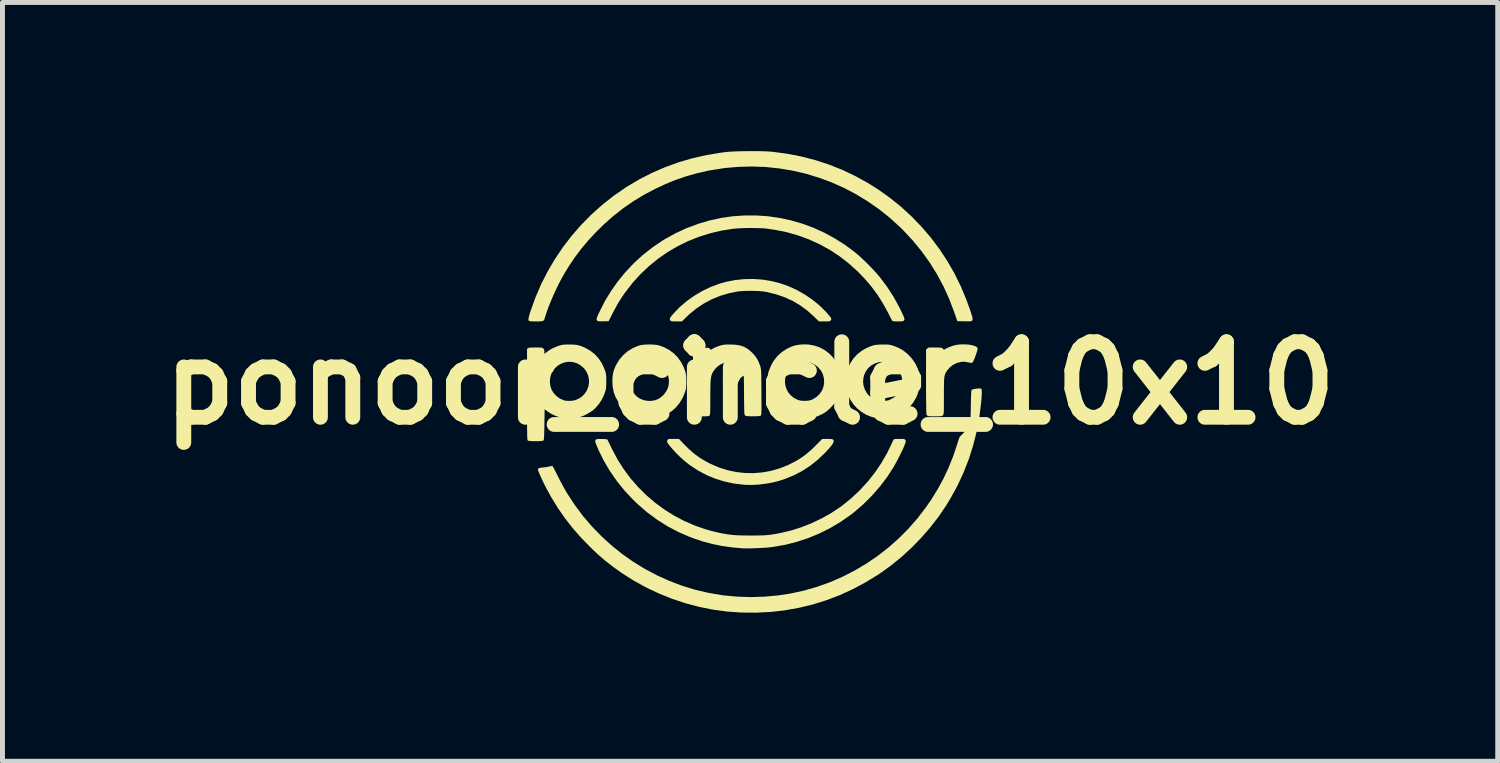
<source format=kicad_pcb>
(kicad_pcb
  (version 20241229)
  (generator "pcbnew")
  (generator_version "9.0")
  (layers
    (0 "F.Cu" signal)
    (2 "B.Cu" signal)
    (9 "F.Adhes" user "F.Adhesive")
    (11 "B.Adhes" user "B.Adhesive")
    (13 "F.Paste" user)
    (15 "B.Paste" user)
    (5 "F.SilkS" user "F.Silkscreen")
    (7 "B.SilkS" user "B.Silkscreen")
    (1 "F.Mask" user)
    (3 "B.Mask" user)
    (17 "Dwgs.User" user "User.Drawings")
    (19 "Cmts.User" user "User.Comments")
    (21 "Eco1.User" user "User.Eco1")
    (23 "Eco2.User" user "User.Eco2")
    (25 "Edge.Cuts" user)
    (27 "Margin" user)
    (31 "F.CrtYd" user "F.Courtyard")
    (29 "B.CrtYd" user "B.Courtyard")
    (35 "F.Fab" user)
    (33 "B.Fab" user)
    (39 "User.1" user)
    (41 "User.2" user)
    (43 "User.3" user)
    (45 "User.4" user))
  (footprint "ponoor_circle_10x10"
    (layer "F.Cu")
    (at 12.09 4.683)
    (property "Reference" "ponoor_circle_10x10" (at 0 0 0) (layer "F.SilkS") (effects (font (size 1.524 1.524) (thickness 0.3))))
    (attr board_only exclude_from_pos_files exclude_from_bom)
    (fp_poly (pts (xy 0.26 -2.088) (xy 0.424 -2.061) (xy 0.599 -2.017) (xy 0.772 -1.957) (xy 0.94 -1.881) (xy 1.101 -1.791) (xy 1.253 -1.688) (xy 1.394 -1.574) (xy 1.521 -1.45) (xy 1.559 -1.407) (xy 1.594 -1.366) (xy 1.618 -1.337) (xy 1.633 -1.315) (xy 1.639 -1.299) (xy 1.638 -1.285) (xy 1.631 -1.272) (xy 1.629 -1.269) (xy 1.622 -1.259) (xy 1.614 -1.253) (xy 1.601 -1.249) (xy 1.579 -1.246) (xy 1.545 -1.246) (xy 1.502 -1.246) (xy 1.39 -1.246) (xy 1.288 -1.345) (xy 1.152 -1.466) (xy 1.009 -1.571) (xy 0.858 -1.66) (xy 0.698 -1.733) (xy 0.527 -1.792) (xy 0.346 -1.837) (xy 0.318 -1.842) (xy 0.266 -1.85) (xy 0.199 -1.856) (xy 0.123 -1.86) (xy 0.042 -1.862) (xy -0.04 -1.862) (xy -0.117 -1.86) (xy -0.186 -1.856) (xy -0.24 -1.851) (xy -0.423 -1.815) (xy -0.6 -1.763) (xy -0.769 -1.694) (xy -0.93 -1.609) (xy -1.081 -1.509) (xy -1.222 -1.394) (xy -1.297 -1.323) (xy -1.374 -1.246) (xy -1.484 -1.246) (xy -1.531 -1.246) (xy -1.564 -1.247) (xy -1.585 -1.25) (xy -1.599 -1.255) (xy -1.608 -1.262) (xy -1.61 -1.264) (xy -1.619 -1.278) (xy -1.621 -1.295) (xy -1.613 -1.315) (xy -1.596 -1.343) (xy -1.567 -1.379) (xy -1.543 -1.407) (xy -1.417 -1.538) (xy -1.277 -1.657) (xy -1.125 -1.765) (xy -0.963 -1.86) (xy -0.794 -1.941) (xy -0.618 -2.007) (xy -0.49 -2.043) (xy -0.308 -2.079) (xy -0.12 -2.099) (xy 0.07 -2.102)) (stroke (width 0) (type solid)) (fill yes) (layer "F.SilkS"))
    (fp_poly (pts (xy -1.331 1.236) (xy -1.227 1.339) (xy -1.123 1.429) (xy -1.015 1.507) (xy -0.899 1.577) (xy -0.798 1.63) (xy -0.63 1.702) (xy -0.458 1.757) (xy -0.283 1.794) (xy -0.106 1.814) (xy 0.072 1.817) (xy 0.249 1.802) (xy 0.424 1.77) (xy 0.597 1.721) (xy 0.764 1.655) (xy 0.927 1.572) (xy 0.979 1.541) (xy 1.059 1.488) (xy 1.134 1.433) (xy 1.208 1.37) (xy 1.286 1.298) (xy 1.33 1.253) (xy 1.457 1.126) (xy 1.555 1.126) (xy 1.608 1.126) (xy 1.645 1.13) (xy 1.669 1.136) (xy 1.682 1.147) (xy 1.688 1.163) (xy 1.688 1.173) (xy 1.682 1.197) (xy 1.664 1.23) (xy 1.634 1.272) (xy 1.59 1.324) (xy 1.532 1.387) (xy 1.509 1.411) (xy 1.366 1.547) (xy 1.215 1.667) (xy 1.056 1.771) (xy 0.887 1.859) (xy 0.708 1.933) (xy 0.581 1.974) (xy 0.456 2.006) (xy 0.322 2.03) (xy 0.184 2.047) (xy 0.048 2.055) (xy -0.08 2.054) (xy -0.125 2.051) (xy -0.327 2.027) (xy -0.52 1.985) (xy -0.706 1.928) (xy -0.883 1.854) (xy -1.052 1.763) (xy -1.215 1.656) (xy -1.299 1.591) (xy -1.362 1.537) (xy -1.431 1.473) (xy -1.498 1.406) (xy -1.56 1.339) (xy -1.605 1.286) (xy -1.638 1.245) (xy -1.66 1.214) (xy -1.672 1.192) (xy -1.676 1.176) (xy -1.673 1.161) (xy -1.666 1.149) (xy -1.659 1.139) (xy -1.65 1.132) (xy -1.637 1.128) (xy -1.614 1.126) (xy -1.58 1.126) (xy -1.544 1.126) (xy -1.436 1.126)) (stroke (width 0) (type solid)) (fill yes) (layer "F.SilkS"))
    (fp_poly (pts (xy 1.184 -0.779) (xy 1.296 -0.758) (xy 1.403 -0.722) (xy 1.502 -0.669) (xy 1.591 -0.603) (xy 1.67 -0.522) (xy 1.738 -0.428) (xy 1.777 -0.355) (xy 1.819 -0.244) (xy 1.844 -0.131) (xy 1.85 -0.016) (xy 1.839 0.098) (xy 1.809 0.21) (xy 1.762 0.32) (xy 1.75 0.341) (xy 1.713 0.398) (xy 1.663 0.457) (xy 1.607 0.515) (xy 1.548 0.567) (xy 1.491 0.606) (xy 1.487 0.609) (xy 1.381 0.661) (xy 1.269 0.697) (xy 1.155 0.715) (xy 1.04 0.715) (xy 0.992 0.709) (xy 0.879 0.684) (xy 0.773 0.642) (xy 0.675 0.584) (xy 0.587 0.513) (xy 0.51 0.428) (xy 0.446 0.332) (xy 0.429 0.3) (xy 0.402 0.241) (xy 0.382 0.188) (xy 0.368 0.138) (xy 0.36 0.085) (xy 0.356 0.022) (xy 0.356 -0.029) (xy 0.704 -0.029) (xy 0.712 0.046) (xy 0.734 0.118) (xy 0.77 0.185) (xy 0.818 0.245) (xy 0.879 0.295) (xy 0.952 0.333) (xy 0.978 0.343) (xy 1.014 0.352) (xy 1.054 0.357) (xy 1.105 0.358) (xy 1.116 0.357) (xy 1.162 0.355) (xy 1.195 0.351) (xy 1.225 0.343) (xy 1.256 0.33) (xy 1.267 0.325) (xy 1.336 0.283) (xy 1.397 0.227) (xy 1.445 0.16) (xy 1.46 0.132) (xy 1.485 0.058) (xy 1.495 -0.02) (xy 1.49 -0.1) (xy 1.47 -0.176) (xy 1.436 -0.245) (xy 1.43 -0.253) (xy 1.376 -0.318) (xy 1.312 -0.368) (xy 1.241 -0.404) (xy 1.166 -0.425) (xy 1.089 -0.431) (xy 1.012 -0.421) (xy 0.937 -0.396) (xy 0.867 -0.354) (xy 0.821 -0.314) (xy 0.768 -0.25) (xy 0.731 -0.179) (xy 0.71 -0.105) (xy 0.704 -0.029) (xy 0.356 -0.029) (xy 0.355 -0.037) (xy 0.356 -0.093) (xy 0.357 -0.136) (xy 0.36 -0.17) (xy 0.366 -0.2) (xy 0.374 -0.23) (xy 0.377 -0.24) (xy 0.422 -0.354) (xy 0.481 -0.457) (xy 0.553 -0.547) (xy 0.639 -0.625) (xy 0.738 -0.69) (xy 0.785 -0.714) (xy 0.851 -0.743) (xy 0.914 -0.762) (xy 0.981 -0.774) (xy 1.058 -0.781) (xy 1.066 -0.782)) (stroke (width 0) (type solid)) (fill yes) (layer "F.SilkS"))
    (fp_poly (pts (xy 2.739 -0.779) (xy 2.779 -0.778) (xy 2.81 -0.775) (xy 2.838 -0.77) (xy 2.867 -0.762) (xy 2.902 -0.75) (xy 2.906 -0.749) (xy 3.004 -0.709) (xy 3.09 -0.659) (xy 3.17 -0.596) (xy 3.19 -0.578) (xy 3.27 -0.491) (xy 3.334 -0.398) (xy 3.38 -0.297) (xy 3.411 -0.188) (xy 3.423 -0.114) (xy 3.427 0.001) (xy 3.412 0.115) (xy 3.38 0.227) (xy 3.348 0.3) (xy 3.29 0.397) (xy 3.218 0.484) (xy 3.133 0.56) (xy 3.039 0.622) (xy 2.936 0.67) (xy 2.866 0.692) (xy 2.802 0.704) (xy 2.73 0.712) (xy 2.659 0.715) (xy 2.594 0.713) (xy 2.57 0.71) (xy 2.455 0.683) (xy 2.347 0.64) (xy 2.249 0.581) (xy 2.16 0.509) (xy 2.083 0.424) (xy 2.02 0.328) (xy 1.97 0.221) (xy 1.956 0.18) (xy 1.942 0.121) (xy 1.933 0.05) (xy 1.929 -0.026) (xy 1.929 -0.026) (xy 2.281 -0.026) (xy 2.29 0.051) (xy 2.315 0.127) (xy 2.355 0.199) (xy 2.372 0.222) (xy 2.41 0.26) (xy 2.46 0.297) (xy 2.516 0.328) (xy 2.549 0.342) (xy 2.578 0.351) (xy 2.609 0.356) (xy 2.648 0.358) (xy 2.69 0.358) (xy 2.735 0.356) (xy 2.768 0.352) (xy 2.795 0.346) (xy 2.822 0.335) (xy 2.842 0.325) (xy 2.905 0.289) (xy 2.955 0.249) (xy 2.996 0.2) (xy 3.008 0.183) (xy 3.046 0.109) (xy 3.067 0.034) (xy 3.073 -0.041) (xy 3.064 -0.115) (xy 3.041 -0.185) (xy 3.007 -0.249) (xy 2.962 -0.307) (xy 2.908 -0.355) (xy 2.845 -0.393) (xy 2.775 -0.419) (xy 2.699 -0.43) (xy 2.618 -0.426) (xy 2.591 -0.421) (xy 2.512 -0.395) (xy 2.443 -0.355) (xy 2.385 -0.303) (xy 2.34 -0.243) (xy 2.306 -0.175) (xy 2.287 -0.102) (xy 2.281 -0.026) (xy 1.929 -0.026) (xy 1.931 -0.1) (xy 1.938 -0.168) (xy 1.942 -0.19) (xy 1.975 -0.302) (xy 2.025 -0.405) (xy 2.088 -0.5) (xy 2.165 -0.583) (xy 2.254 -0.653) (xy 2.337 -0.701) (xy 2.4 -0.73) (xy 2.453 -0.751) (xy 2.503 -0.766) (xy 2.556 -0.774) (xy 2.616 -0.778) (xy 2.685 -0.779)) (stroke (width 0) (type solid)) (fill yes) (layer "F.SilkS"))
    (fp_poly (pts (xy 4.404 -0.778) (xy 4.465 -0.769) (xy 4.516 -0.756) (xy 4.556 -0.74) (xy 4.583 -0.721) (xy 4.593 -0.702) (xy 4.591 -0.684) (xy 4.584 -0.653) (xy 4.572 -0.613) (xy 4.557 -0.569) (xy 4.54 -0.523) (xy 4.524 -0.482) (xy 4.509 -0.448) (xy 4.497 -0.425) (xy 4.493 -0.419) (xy 4.483 -0.412) (xy 4.472 -0.409) (xy 4.455 -0.409) (xy 4.428 -0.414) (xy 4.396 -0.42) (xy 4.351 -0.429) (xy 4.316 -0.432) (xy 4.283 -0.431) (xy 4.253 -0.427) (xy 4.169 -0.405) (xy 4.093 -0.367) (xy 4.027 -0.314) (xy 3.972 -0.247) (xy 3.969 -0.241) (xy 3.955 -0.219) (xy 3.944 -0.199) (xy 3.935 -0.177) (xy 3.928 -0.153) (xy 3.922 -0.124) (xy 3.918 -0.088) (xy 3.915 -0.044) (xy 3.914 0.011) (xy 3.913 0.079) (xy 3.912 0.16) (xy 3.912 0.259) (xy 3.912 0.264) (xy 3.912 0.355) (xy 3.912 0.43) (xy 3.911 0.49) (xy 3.911 0.537) (xy 3.91 0.573) (xy 3.908 0.599) (xy 3.906 0.617) (xy 3.903 0.63) (xy 3.9 0.639) (xy 3.895 0.646) (xy 3.894 0.647) (xy 3.886 0.656) (xy 3.877 0.662) (xy 3.863 0.666) (xy 3.841 0.668) (xy 3.807 0.67) (xy 3.759 0.671) (xy 3.744 0.671) (xy 3.695 0.671) (xy 3.651 0.67) (xy 3.617 0.668) (xy 3.595 0.666) (xy 3.592 0.665) (xy 3.571 0.65) (xy 3.562 0.638) (xy 3.56 0.625) (xy 3.558 0.596) (xy 3.556 0.55) (xy 3.555 0.488) (xy 3.554 0.408) (xy 3.553 0.31) (xy 3.552 0.195) (xy 3.552 0.061) (xy 3.552 -0.027) (xy 3.552 -0.674) (xy 3.575 -0.697) (xy 3.585 -0.706) (xy 3.595 -0.713) (xy 3.609 -0.717) (xy 3.629 -0.719) (xy 3.661 -0.719) (xy 3.705 -0.719) (xy 3.733 -0.719) (xy 3.786 -0.718) (xy 3.824 -0.717) (xy 3.849 -0.715) (xy 3.866 -0.712) (xy 3.878 -0.707) (xy 3.887 -0.699) (xy 3.891 -0.695) (xy 3.914 -0.673) (xy 3.953 -0.696) (xy 3.98 -0.71) (xy 4.018 -0.726) (xy 4.061 -0.742) (xy 4.079 -0.748) (xy 4.129 -0.764) (xy 4.174 -0.773) (xy 4.222 -0.779) (xy 4.267 -0.782) (xy 4.338 -0.782)) (stroke (width 0) (type solid)) (fill yes) (layer "F.SilkS"))
    (fp_poly (pts (xy -1.983 -0.779) (xy -1.919 -0.775) (xy -1.866 -0.768) (xy -1.845 -0.763) (xy -1.734 -0.724) (xy -1.632 -0.669) (xy -1.54 -0.6) (xy -1.459 -0.518) (xy -1.392 -0.424) (xy -1.339 -0.32) (xy -1.308 -0.233) (xy -1.299 -0.2) (xy -1.293 -0.169) (xy -1.29 -0.134) (xy -1.288 -0.092) (xy -1.288 -0.036) (xy -1.288 -0.028) (xy -1.288 0.027) (xy -1.29 0.068) (xy -1.293 0.1) (xy -1.298 0.129) (xy -1.306 0.159) (xy -1.318 0.194) (xy -1.362 0.301) (xy -1.422 0.399) (xy -1.494 0.487) (xy -1.578 0.563) (xy -1.673 0.625) (xy -1.775 0.672) (xy -1.843 0.693) (xy -1.898 0.704) (xy -1.962 0.711) (xy -2.027 0.715) (xy -2.088 0.715) (xy -2.138 0.711) (xy -2.255 0.683) (xy -2.363 0.639) (xy -2.464 0.579) (xy -2.555 0.503) (xy -2.584 0.472) (xy -2.657 0.382) (xy -2.713 0.287) (xy -2.751 0.187) (xy -2.773 0.079) (xy -2.78 -0.037) (xy -2.422 -0.037) (xy -2.422 0.01) (xy -2.42 0.044) (xy -2.416 0.07) (xy -2.409 0.093) (xy -2.399 0.118) (xy -2.393 0.131) (xy -2.348 0.205) (xy -2.292 0.266) (xy -2.225 0.313) (xy -2.149 0.344) (xy -2.067 0.358) (xy -2.038 0.36) (xy -1.995 0.358) (xy -1.951 0.352) (xy -1.918 0.345) (xy -1.856 0.321) (xy -1.801 0.287) (xy -1.748 0.239) (xy -1.744 0.235) (xy -1.694 0.169) (xy -1.659 0.099) (xy -1.641 0.025) (xy -1.637 -0.05) (xy -1.647 -0.124) (xy -1.671 -0.194) (xy -1.707 -0.259) (xy -1.756 -0.317) (xy -1.816 -0.365) (xy -1.887 -0.402) (xy -1.967 -0.425) (xy -2.047 -0.431) (xy -2.125 -0.419) (xy -2.199 -0.392) (xy -2.268 -0.351) (xy -2.328 -0.296) (xy -2.377 -0.23) (xy -2.391 -0.205) (xy -2.404 -0.177) (xy -2.413 -0.154) (xy -2.418 -0.132) (xy -2.421 -0.104) (xy -2.422 -0.066) (xy -2.422 -0.037) (xy -2.78 -0.037) (xy -2.776 -0.124) (xy -2.766 -0.199) (xy -2.746 -0.269) (xy -2.717 -0.341) (xy -2.699 -0.376) (xy -2.638 -0.476) (xy -2.562 -0.564) (xy -2.475 -0.64) (xy -2.377 -0.702) (xy -2.27 -0.748) (xy -2.224 -0.763) (xy -2.177 -0.772) (xy -2.117 -0.777) (xy -2.051 -0.78)) (stroke (width 0) (type solid)) (fill yes) (layer "F.SilkS"))
    (fp_poly (pts (xy 0.126 -3.384) (xy 0.362 -3.368) (xy 0.597 -3.334) (xy 0.829 -3.284) (xy 1.059 -3.217) (xy 1.283 -3.134) (xy 1.503 -3.034) (xy 1.717 -2.917) (xy 1.924 -2.785) (xy 2.112 -2.645) (xy 2.179 -2.588) (xy 2.254 -2.521) (xy 2.333 -2.446) (xy 2.412 -2.367) (xy 2.488 -2.288) (xy 2.558 -2.211) (xy 2.617 -2.142) (xy 2.627 -2.129) (xy 2.77 -1.938) (xy 2.897 -1.74) (xy 3.011 -1.533) (xy 3.041 -1.473) (xy 3.069 -1.413) (xy 3.09 -1.367) (xy 3.105 -1.333) (xy 3.113 -1.308) (xy 3.116 -1.29) (xy 3.114 -1.278) (xy 3.108 -1.267) (xy 3.104 -1.264) (xy 3.095 -1.256) (xy 3.082 -1.25) (xy 3.062 -1.247) (xy 3.03 -1.246) (xy 2.984 -1.246) (xy 2.931 -1.246) (xy 2.895 -1.249) (xy 2.875 -1.254) (xy 2.871 -1.257) (xy 2.864 -1.269) (xy 2.85 -1.294) (xy 2.831 -1.33) (xy 2.808 -1.374) (xy 2.785 -1.421) (xy 2.681 -1.61) (xy 2.57 -1.785) (xy 2.448 -1.95) (xy 2.312 -2.109) (xy 2.179 -2.247) (xy 2 -2.409) (xy 1.812 -2.556) (xy 1.615 -2.686) (xy 1.409 -2.8) (xy 1.195 -2.898) (xy 0.972 -2.98) (xy 0.741 -3.046) (xy 0.501 -3.094) (xy 0.323 -3.12) (xy 0.262 -3.125) (xy 0.186 -3.128) (xy 0.101 -3.13) (xy 0.011 -3.131) (xy -0.081 -3.13) (xy -0.17 -3.127) (xy -0.252 -3.123) (xy -0.322 -3.117) (xy -0.341 -3.115) (xy -0.579 -3.078) (xy -0.811 -3.023) (xy -1.037 -2.952) (xy -1.256 -2.864) (xy -1.466 -2.761) (xy -1.668 -2.642) (xy -1.861 -2.508) (xy -2.043 -2.359) (xy -2.214 -2.197) (xy -2.374 -2.021) (xy -2.52 -1.831) (xy -2.536 -1.81) (xy -2.581 -1.744) (xy -2.622 -1.682) (xy -2.66 -1.62) (xy -2.698 -1.553) (xy -2.739 -1.476) (xy -2.773 -1.412) (xy -2.856 -1.25) (xy -2.963 -1.248) (xy -3.011 -1.247) (xy -3.044 -1.248) (xy -3.066 -1.25) (xy -3.079 -1.255) (xy -3.085 -1.26) (xy -3.094 -1.271) (xy -3.098 -1.285) (xy -3.096 -1.303) (xy -3.088 -1.329) (xy -3.074 -1.366) (xy -3.051 -1.416) (xy -3.049 -1.42) (xy -2.939 -1.639) (xy -2.812 -1.85) (xy -2.671 -2.051) (xy -2.516 -2.241) (xy -2.347 -2.42) (xy -2.165 -2.586) (xy -1.972 -2.738) (xy -1.769 -2.876) (xy -1.715 -2.909) (xy -1.498 -3.028) (xy -1.276 -3.13) (xy -1.049 -3.215) (xy -0.818 -3.283) (xy -0.584 -3.334) (xy -0.348 -3.368) (xy -0.111 -3.384)) (stroke (width 0) (type solid)) (fill yes) (layer "F.SilkS"))
    (fp_poly (pts (xy 0.145 -4.682) (xy 0.238 -4.681) (xy 0.322 -4.678) (xy 0.394 -4.674) (xy 0.443 -4.67) (xy 0.742 -4.631) (xy 1.032 -4.575) (xy 1.315 -4.502) (xy 1.59 -4.412) (xy 1.858 -4.306) (xy 2.118 -4.183) (xy 2.372 -4.043) (xy 2.574 -3.917) (xy 2.815 -3.746) (xy 3.043 -3.563) (xy 3.258 -3.366) (xy 3.46 -3.157) (xy 3.648 -2.937) (xy 3.823 -2.705) (xy 3.982 -2.463) (xy 4.127 -2.211) (xy 4.255 -1.95) (xy 4.368 -1.679) (xy 4.443 -1.47) (xy 4.463 -1.408) (xy 4.477 -1.361) (xy 4.487 -1.327) (xy 4.491 -1.302) (xy 4.491 -1.284) (xy 4.488 -1.271) (xy 4.482 -1.261) (xy 4.475 -1.255) (xy 4.465 -1.251) (xy 4.447 -1.248) (xy 4.42 -1.247) (xy 4.379 -1.247) (xy 4.327 -1.248) (xy 4.184 -1.25) (xy 4.123 -1.425) (xy 4.021 -1.694) (xy 3.905 -1.951) (xy 3.773 -2.197) (xy 3.626 -2.433) (xy 3.464 -2.659) (xy 3.286 -2.876) (xy 3.092 -3.084) (xy 3.034 -3.142) (xy 2.826 -3.332) (xy 2.607 -3.507) (xy 2.379 -3.666) (xy 2.143 -3.81) (xy 1.899 -3.939) (xy 1.648 -4.051) (xy 1.391 -4.146) (xy 1.129 -4.226) (xy 0.862 -4.288) (xy 0.591 -4.333) (xy 0.317 -4.362) (xy 0.041 -4.372) (xy -0.237 -4.365) (xy -0.515 -4.341) (xy -0.793 -4.297) (xy -0.853 -4.286) (xy -1.079 -4.234) (xy -1.294 -4.173) (xy -1.505 -4.101) (xy -1.714 -4.015) (xy -1.896 -3.93) (xy -2.13 -3.808) (xy -2.35 -3.675) (xy -2.559 -3.531) (xy -2.76 -3.374) (xy -2.954 -3.201) (xy -3.105 -3.053) (xy -3.26 -2.887) (xy -3.401 -2.72) (xy -3.531 -2.548) (xy -3.654 -2.366) (xy -3.741 -2.224) (xy -3.8 -2.121) (xy -3.859 -2.008) (xy -3.917 -1.889) (xy -3.973 -1.768) (xy -4.024 -1.648) (xy -4.07 -1.533) (xy -4.109 -1.425) (xy -4.138 -1.333) (xy -4.148 -1.301) (xy -4.157 -1.278) (xy -4.169 -1.262) (xy -4.187 -1.253) (xy -4.214 -1.248) (xy -4.253 -1.246) (xy -4.306 -1.246) (xy -4.317 -1.246) (xy -4.38 -1.246) (xy -4.424 -1.248) (xy -4.452 -1.252) (xy -4.464 -1.257) (xy -4.471 -1.269) (xy -4.474 -1.287) (xy -4.471 -1.314) (xy -4.462 -1.352) (xy -4.448 -1.403) (xy -4.432 -1.451) (xy -4.333 -1.727) (xy -4.218 -1.995) (xy -4.086 -2.254) (xy -3.939 -2.504) (xy -3.777 -2.744) (xy -3.601 -2.974) (xy -3.411 -3.192) (xy -3.207 -3.399) (xy -2.991 -3.593) (xy -2.761 -3.775) (xy -2.521 -3.942) (xy -2.485 -3.965) (xy -2.235 -4.113) (xy -1.977 -4.245) (xy -1.711 -4.36) (xy -1.438 -4.459) (xy -1.158 -4.54) (xy -0.87 -4.605) (xy -0.576 -4.653) (xy -0.471 -4.666) (xy -0.41 -4.671) (xy -0.334 -4.675) (xy -0.248 -4.679) (xy -0.153 -4.681) (xy -0.054 -4.682) (xy 0.047 -4.683)) (stroke (width 0) (type solid)) (fill yes) (layer "F.SilkS"))
    (fp_poly (pts (xy 3.059 1.126) (xy 3.089 1.127) (xy 3.109 1.129) (xy 3.12 1.134) (xy 3.128 1.142) (xy 3.133 1.149) (xy 3.141 1.162) (xy 3.143 1.175) (xy 3.14 1.192) (xy 3.131 1.218) (xy 3.123 1.239) (xy 3.101 1.294) (xy 3.071 1.36) (xy 3.035 1.433) (xy 2.997 1.509) (xy 2.958 1.584) (xy 2.92 1.653) (xy 2.894 1.698) (xy 2.764 1.899) (xy 2.617 2.092) (xy 2.456 2.275) (xy 2.284 2.447) (xy 2.1 2.605) (xy 2.025 2.663) (xy 1.826 2.802) (xy 1.616 2.926) (xy 1.398 3.035) (xy 1.173 3.128) (xy 0.942 3.204) (xy 0.707 3.264) (xy 0.469 3.305) (xy 0.383 3.316) (xy 0.33 3.321) (xy 0.265 3.325) (xy 0.193 3.329) (xy 0.118 3.332) (xy 0.043 3.335) (xy -0.028 3.336) (xy -0.09 3.336) (xy -0.139 3.335) (xy -0.157 3.334) (xy -0.368 3.315) (xy -0.566 3.287) (xy -0.755 3.249) (xy -0.938 3.201) (xy -1.12 3.141) (xy -1.222 3.103) (xy -1.449 3.004) (xy -1.667 2.889) (xy -1.874 2.758) (xy -2.073 2.612) (xy -2.262 2.449) (xy -2.367 2.348) (xy -2.535 2.168) (xy -2.689 1.977) (xy -2.828 1.777) (xy -2.951 1.57) (xy -3.057 1.356) (xy -3.09 1.278) (xy -3.109 1.231) (xy -3.121 1.198) (xy -3.126 1.175) (xy -3.124 1.16) (xy -3.117 1.147) (xy -3.11 1.141) (xy -3.1 1.134) (xy -3.084 1.129) (xy -3.06 1.127) (xy -3.024 1.127) (xy -2.989 1.128) (xy -2.943 1.129) (xy -2.913 1.131) (xy -2.894 1.134) (xy -2.883 1.139) (xy -2.876 1.147) (xy -2.873 1.153) (xy -2.865 1.169) (xy -2.851 1.198) (xy -2.832 1.237) (xy -2.809 1.284) (xy -2.784 1.336) (xy -2.783 1.338) (xy -2.674 1.543) (xy -2.549 1.739) (xy -2.411 1.925) (xy -2.258 2.1) (xy -2.094 2.263) (xy -1.918 2.413) (xy -1.732 2.55) (xy -1.537 2.673) (xy -1.332 2.781) (xy -1.121 2.873) (xy -0.903 2.949) (xy -0.772 2.986) (xy -0.672 3.01) (xy -0.583 3.03) (xy -0.5 3.045) (xy -0.419 3.057) (xy -0.337 3.066) (xy -0.249 3.072) (xy -0.153 3.075) (xy -0.043 3.076) (xy 0.009 3.077) (xy 0.106 3.076) (xy 0.187 3.075) (xy 0.258 3.073) (xy 0.32 3.07) (xy 0.379 3.064) (xy 0.438 3.057) (xy 0.499 3.047) (xy 0.568 3.034) (xy 0.632 3.021) (xy 0.838 2.972) (xy 1.045 2.906) (xy 1.249 2.824) (xy 1.448 2.729) (xy 1.638 2.622) (xy 1.816 2.504) (xy 1.86 2.472) (xy 2.043 2.324) (xy 2.215 2.162) (xy 2.374 1.989) (xy 2.519 1.806) (xy 2.65 1.613) (xy 2.765 1.413) (xy 2.842 1.255) (xy 2.861 1.213) (xy 2.878 1.178) (xy 2.891 1.151) (xy 2.899 1.138) (xy 2.899 1.137) (xy 2.912 1.131) (xy 2.94 1.128) (xy 2.984 1.126) (xy 3.013 1.126)) (stroke (width 0) (type solid)) (fill yes) (layer "F.SilkS"))
    (fp_poly (pts (xy -3.58 -0.778) (xy -3.519 -0.774) (xy -3.466 -0.764) (xy -3.416 -0.75) (xy -3.363 -0.729) (xy -3.333 -0.715) (xy -3.228 -0.656) (xy -3.136 -0.584) (xy -3.058 -0.499) (xy -2.993 -0.402) (xy -2.942 -0.292) (xy -2.923 -0.24) (xy -2.914 -0.209) (xy -2.908 -0.179) (xy -2.904 -0.147) (xy -2.903 -0.108) (xy -2.902 -0.056) (xy -2.902 -0.037) (xy -2.903 0.029) (xy -2.906 0.08) (xy -2.911 0.121) (xy -2.918 0.156) (xy -2.919 0.157) (xy -2.952 0.25) (xy -2.999 0.342) (xy -3.056 0.427) (xy -3.121 0.503) (xy -3.167 0.545) (xy -3.229 0.588) (xy -3.3 0.629) (xy -3.375 0.665) (xy -3.446 0.69) (xy -3.457 0.693) (xy -3.526 0.707) (xy -3.605 0.713) (xy -3.687 0.713) (xy -3.765 0.706) (xy -3.832 0.693) (xy -3.927 0.661) (xy -4.018 0.617) (xy -4.092 0.569) (xy -4.147 0.527) (xy -4.152 0.834) (xy -4.153 0.922) (xy -4.155 0.993) (xy -4.157 1.049) (xy -4.159 1.091) (xy -4.161 1.121) (xy -4.164 1.142) (xy -4.167 1.153) (xy -4.169 1.156) (xy -4.184 1.163) (xy -4.213 1.168) (xy -4.252 1.171) (xy -4.298 1.173) (xy -4.346 1.173) (xy -4.393 1.172) (xy -4.435 1.169) (xy -4.467 1.165) (xy -4.486 1.159) (xy -4.488 1.157) (xy -4.49 1.153) (xy -4.492 1.146) (xy -4.494 1.135) (xy -4.496 1.119) (xy -4.497 1.096) (xy -4.499 1.065) (xy -4.499 1.026) (xy -4.5 0.978) (xy -4.501 0.918) (xy -4.501 0.847) (xy -4.502 0.764) (xy -4.502 0.666) (xy -4.502 0.554) (xy -4.502 0.425) (xy -4.502 0.28) (xy -4.502 0.226) (xy -4.502 -0.031) (xy -4.041 -0.031) (xy -4.034 0.048) (xy -4.011 0.122) (xy -4.007 0.132) (xy -3.963 0.204) (xy -3.905 0.265) (xy -3.836 0.314) (xy -3.76 0.347) (xy -3.715 0.356) (xy -3.66 0.359) (xy -3.602 0.357) (xy -3.549 0.349) (xy -3.528 0.343) (xy -3.451 0.31) (xy -3.386 0.265) (xy -3.334 0.209) (xy -3.293 0.145) (xy -3.266 0.075) (xy -3.252 0.001) (xy -3.252 -0.074) (xy -3.267 -0.149) (xy -3.298 -0.222) (xy -3.343 -0.289) (xy -3.367 -0.314) (xy -3.432 -0.367) (xy -3.503 -0.404) (xy -3.579 -0.425) (xy -3.656 -0.431) (xy -3.733 -0.421) (xy -3.807 -0.396) (xy -3.876 -0.356) (xy -3.938 -0.302) (xy -3.977 -0.253) (xy -4.013 -0.186) (xy -4.034 -0.11) (xy -4.041 -0.031) (xy -4.502 -0.031) (xy -4.502 -0.691) (xy -4.482 -0.705) (xy -4.469 -0.711) (xy -4.45 -0.715) (xy -4.42 -0.718) (xy -4.378 -0.719) (xy -4.331 -0.72) (xy -4.278 -0.719) (xy -4.241 -0.718) (xy -4.215 -0.716) (xy -4.198 -0.713) (xy -4.185 -0.707) (xy -4.176 -0.701) (xy -4.161 -0.685) (xy -4.154 -0.666) (xy -4.152 -0.637) (xy -4.152 -0.636) (xy -4.152 -0.59) (xy -4.106 -0.626) (xy -4.042 -0.672) (xy -3.975 -0.709) (xy -3.896 -0.741) (xy -3.875 -0.749) (xy -3.839 -0.761) (xy -3.81 -0.769) (xy -3.782 -0.774) (xy -3.752 -0.777) (xy -3.713 -0.779) (xy -3.661 -0.779) (xy -3.654 -0.779)) (stroke (width 0) (type solid)) (fill yes) (layer "F.SilkS"))
    (fp_poly (pts (xy -0.308 -0.776) (xy -0.225 -0.765) (xy -0.152 -0.745) (xy -0.086 -0.714) (xy -0.024 -0.673) (xy 0.038 -0.618) (xy 0.042 -0.614) (xy 0.098 -0.552) (xy 0.142 -0.488) (xy 0.178 -0.416) (xy 0.204 -0.346) (xy 0.209 -0.331) (xy 0.213 -0.317) (xy 0.216 -0.301) (xy 0.219 -0.283) (xy 0.221 -0.26) (xy 0.223 -0.23) (xy 0.225 -0.193) (xy 0.226 -0.146) (xy 0.226 -0.087) (xy 0.227 -0.015) (xy 0.228 0.071) (xy 0.229 0.175) (xy 0.229 0.181) (xy 0.229 0.285) (xy 0.23 0.373) (xy 0.23 0.445) (xy 0.23 0.504) (xy 0.229 0.55) (xy 0.228 0.586) (xy 0.227 0.612) (xy 0.225 0.63) (xy 0.223 0.643) (xy 0.22 0.65) (xy 0.217 0.655) (xy 0.216 0.656) (xy 0.205 0.661) (xy 0.185 0.665) (xy 0.153 0.667) (xy 0.108 0.669) (xy 0.06 0.669) (xy 0.005 0.669) (xy -0.035 0.668) (xy -0.062 0.666) (xy -0.08 0.663) (xy -0.092 0.658) (xy -0.1 0.652) (xy -0.105 0.647) (xy -0.108 0.641) (xy -0.111 0.633) (xy -0.114 0.619) (xy -0.116 0.6) (xy -0.117 0.573) (xy -0.118 0.536) (xy -0.119 0.488) (xy -0.12 0.428) (xy -0.121 0.353) (xy -0.122 0.262) (xy -0.122 0.204) (xy -0.123 0.097) (xy -0.124 0.007) (xy -0.125 -0.068) (xy -0.127 -0.13) (xy -0.129 -0.18) (xy -0.133 -0.22) (xy -0.138 -0.252) (xy -0.144 -0.277) (xy -0.152 -0.298) (xy -0.163 -0.316) (xy -0.175 -0.332) (xy -0.19 -0.348) (xy -0.202 -0.36) (xy -0.232 -0.388) (xy -0.263 -0.407) (xy -0.301 -0.419) (xy -0.35 -0.428) (xy -0.374 -0.43) (xy -0.448 -0.429) (xy -0.522 -0.411) (xy -0.593 -0.379) (xy -0.658 -0.334) (xy -0.713 -0.278) (xy -0.751 -0.222) (xy -0.763 -0.198) (xy -0.773 -0.173) (xy -0.782 -0.146) (xy -0.788 -0.115) (xy -0.793 -0.078) (xy -0.797 -0.033) (xy -0.8 0.023) (xy -0.801 0.09) (xy -0.802 0.172) (xy -0.803 0.27) (xy -0.803 0.291) (xy -0.803 0.383) (xy -0.803 0.457) (xy -0.804 0.517) (xy -0.805 0.563) (xy -0.806 0.598) (xy -0.809 0.623) (xy -0.811 0.639) (xy -0.814 0.649) (xy -0.816 0.651) (xy -0.822 0.658) (xy -0.833 0.663) (xy -0.85 0.666) (xy -0.876 0.669) (xy -0.915 0.67) (xy -0.966 0.671) (xy -1.032 0.672) (xy -1.08 0.67) (xy -1.11 0.666) (xy -1.121 0.663) (xy -1.139 0.65) (xy -1.146 0.642) (xy -1.147 0.631) (xy -1.148 0.604) (xy -1.149 0.561) (xy -1.15 0.504) (xy -1.151 0.434) (xy -1.152 0.354) (xy -1.152 0.264) (xy -1.153 0.166) (xy -1.153 0.061) (xy -1.153 -0.024) (xy -1.153 -0.152) (xy -1.153 -0.264) (xy -1.153 -0.359) (xy -1.152 -0.439) (xy -1.152 -0.506) (xy -1.151 -0.561) (xy -1.15 -0.604) (xy -1.149 -0.638) (xy -1.147 -0.663) (xy -1.145 -0.68) (xy -1.143 -0.691) (xy -1.14 -0.697) (xy -1.14 -0.697) (xy -1.134 -0.704) (xy -1.125 -0.709) (xy -1.109 -0.712) (xy -1.085 -0.714) (xy -1.049 -0.715) (xy -0.999 -0.715) (xy -0.978 -0.715) (xy -0.923 -0.715) (xy -0.883 -0.714) (xy -0.855 -0.713) (xy -0.837 -0.71) (xy -0.826 -0.706) (xy -0.818 -0.7) (xy -0.813 -0.693) (xy -0.797 -0.672) (xy -0.747 -0.699) (xy -0.713 -0.716) (xy -0.671 -0.734) (xy -0.626 -0.75) (xy -0.618 -0.753) (xy -0.585 -0.763) (xy -0.556 -0.77) (xy -0.526 -0.775) (xy -0.491 -0.778) (xy -0.446 -0.779) (xy -0.406 -0.779)) (stroke (width 0) (type solid)) (fill yes) (layer "F.SilkS"))
    (fp_poly (pts (xy 4.654 0.108) (xy 4.665 0.111) (xy 4.672 0.124) (xy 4.676 0.149) (xy 4.677 0.188) (xy 4.676 0.241) (xy 4.671 0.31) (xy 4.664 0.393) (xy 4.627 0.689) (xy 4.573 0.978) (xy 4.502 1.261) (xy 4.414 1.537) (xy 4.308 1.806) (xy 4.186 2.07) (xy 4.045 2.327) (xy 3.962 2.464) (xy 3.811 2.687) (xy 3.643 2.905) (xy 3.462 3.114) (xy 3.269 3.313) (xy 3.066 3.501) (xy 2.854 3.674) (xy 2.635 3.832) (xy 2.593 3.861) (xy 2.339 4.017) (xy 2.079 4.156) (xy 1.814 4.278) (xy 1.544 4.381) (xy 1.269 4.467) (xy 0.988 4.535) (xy 0.703 4.586) (xy 0.413 4.619) (xy 0.117 4.633) (xy -0.175 4.631) (xy -0.46 4.611) (xy -0.744 4.573) (xy -1.024 4.517) (xy -1.301 4.444) (xy -1.573 4.354) (xy -1.839 4.247) (xy -2.099 4.124) (xy -2.35 3.986) (xy -2.592 3.832) (xy -2.763 3.709) (xy -2.854 3.639) (xy -2.935 3.575) (xy -3.011 3.51) (xy -3.087 3.443) (xy -3.167 3.367) (xy -3.224 3.312) (xy -3.409 3.123) (xy -3.577 2.931) (xy -3.732 2.733) (xy -3.875 2.528) (xy -4.009 2.31) (xy -4.087 2.171) (xy -4.117 2.114) (xy -4.148 2.053) (xy -4.178 1.992) (xy -4.206 1.932) (xy -4.232 1.876) (xy -4.253 1.827) (xy -4.269 1.787) (xy -4.279 1.759) (xy -4.281 1.747) (xy -4.278 1.731) (xy -4.268 1.719) (xy -4.246 1.711) (xy -4.211 1.706) (xy -4.183 1.703) (xy -4.139 1.699) (xy -4.093 1.691) (xy -4.056 1.684) (xy -4.055 1.683) (xy -4.024 1.677) (xy -4 1.673) (xy -3.99 1.673) (xy -3.983 1.683) (xy -3.969 1.706) (xy -3.95 1.741) (xy -3.927 1.786) (xy -3.9 1.838) (xy -3.882 1.874) (xy -3.848 1.942) (xy -3.81 2.015) (xy -3.771 2.087) (xy -3.733 2.155) (xy -3.7 2.212) (xy -3.696 2.219) (xy -3.543 2.454) (xy -3.376 2.678) (xy -3.196 2.889) (xy -3.003 3.088) (xy -2.799 3.274) (xy -2.585 3.447) (xy -2.36 3.605) (xy -2.126 3.749) (xy -1.883 3.878) (xy -1.633 3.991) (xy -1.375 4.089) (xy -1.111 4.17) (xy -0.842 4.233) (xy -0.567 4.28) (xy -0.531 4.285) (xy -0.259 4.31) (xy 0.017 4.319) (xy 0.293 4.31) (xy 0.567 4.285) (xy 0.812 4.248) (xy 1.084 4.189) (xy 1.351 4.112) (xy 1.612 4.019) (xy 1.865 3.909) (xy 2.111 3.783) (xy 2.349 3.642) (xy 2.577 3.487) (xy 2.795 3.317) (xy 3.002 3.133) (xy 3.198 2.936) (xy 3.382 2.726) (xy 3.552 2.503) (xy 3.657 2.351) (xy 3.787 2.141) (xy 3.902 1.93) (xy 4.003 1.714) (xy 4.094 1.49) (xy 4.174 1.253) (xy 4.189 1.205) (xy 4.204 1.156) (xy 4.216 1.122) (xy 4.226 1.097) (xy 4.237 1.079) (xy 4.251 1.064) (xy 4.269 1.047) (xy 4.271 1.045) (xy 4.312 1.003) (xy 4.354 0.949) (xy 4.391 0.889) (xy 4.421 0.831) (xy 4.429 0.811) (xy 4.435 0.794) (xy 4.44 0.777) (xy 4.444 0.758) (xy 4.447 0.735) (xy 4.449 0.706) (xy 4.451 0.667) (xy 4.452 0.618) (xy 4.454 0.556) (xy 4.455 0.478) (xy 4.456 0.45) (xy 4.457 0.365) (xy 4.459 0.297) (xy 4.461 0.244) (xy 4.462 0.203) (xy 4.465 0.174) (xy 4.467 0.155) (xy 4.471 0.142) (xy 4.474 0.136) (xy 4.475 0.136) (xy 4.492 0.127) (xy 4.521 0.12) (xy 4.557 0.113) (xy 4.595 0.109) (xy 4.629 0.107)) (stroke (width 0) (type solid)) (fill yes) (layer "F.SilkS")))
  (gr_rect
    (start -3 -3)
    (end 27.181 12.316)
    (stroke (width 0.1) (type default))
    (fill no)
    (layer "Edge.Cuts")))
</source>
